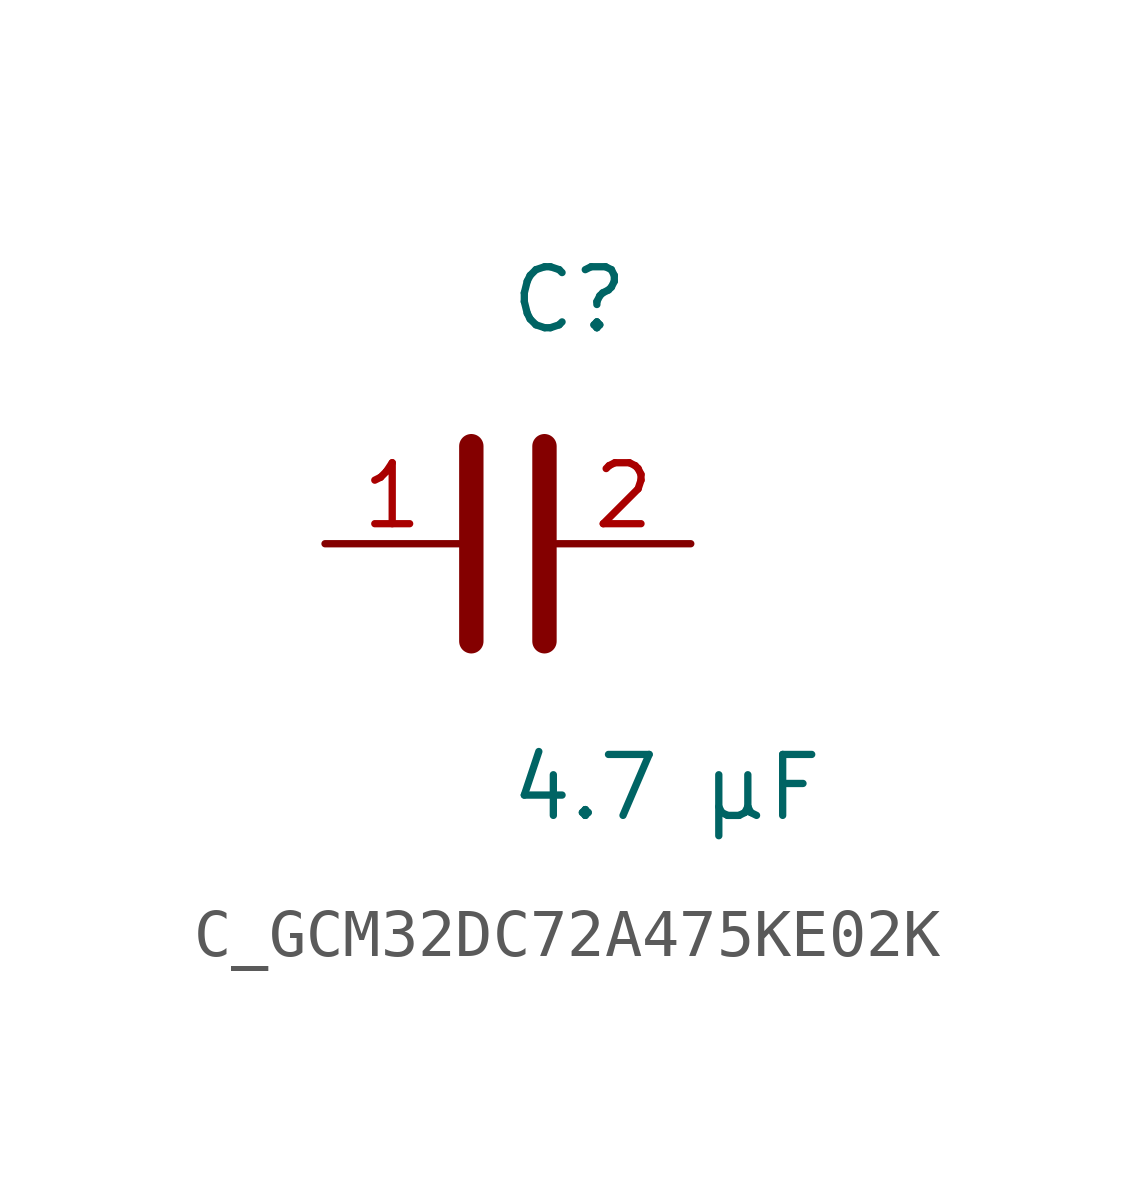
<source format=kicad_sym>
(kicad_symbol_lib
  (version 20231120)
  (generator kicad_symbol_editor)
  (generator_version 8.0)
  (symbol "C_GCM32DC72A475KE02K"
    (pin_names
      (offset 0.254))
    (property "Reference" "C"
      (at 0.0 5.08 0)
      (effects (font (size 1.27 1.27)) (justify left)))
    (property "Value" "4.7 µF"
      (at 0.0 -5.08 0)
      (effects (font (size 1.27 1.27)) (justify left)))
    (symbol "C_GCM32DC72A475KE02K_0_1"
      (polyline (pts (xy -0.762 -2.032) (xy -0.762 2.032)) (stroke (width 0.508) (type default)) (fill (type none)))
      (polyline (pts (xy 0.762 -2.032) (xy 0.762 2.032)) (stroke (width 0.508) (type default)) (fill (type none))))
    (pin unspecified line
      (at -3.81 0 0)
      (length 2.8)
      (name "" (effects (font (size 1.27 1.27))))
      (number "1" (effects (font (size 1.27 1.27)))))
    (pin unspecified line
      (at 3.81 0 180)
      (length 2.8)
      (name "" (effects (font (size 1.27 1.27))))
      (number "2" (effects (font (size 1.27 1.27)))))))
</source>
